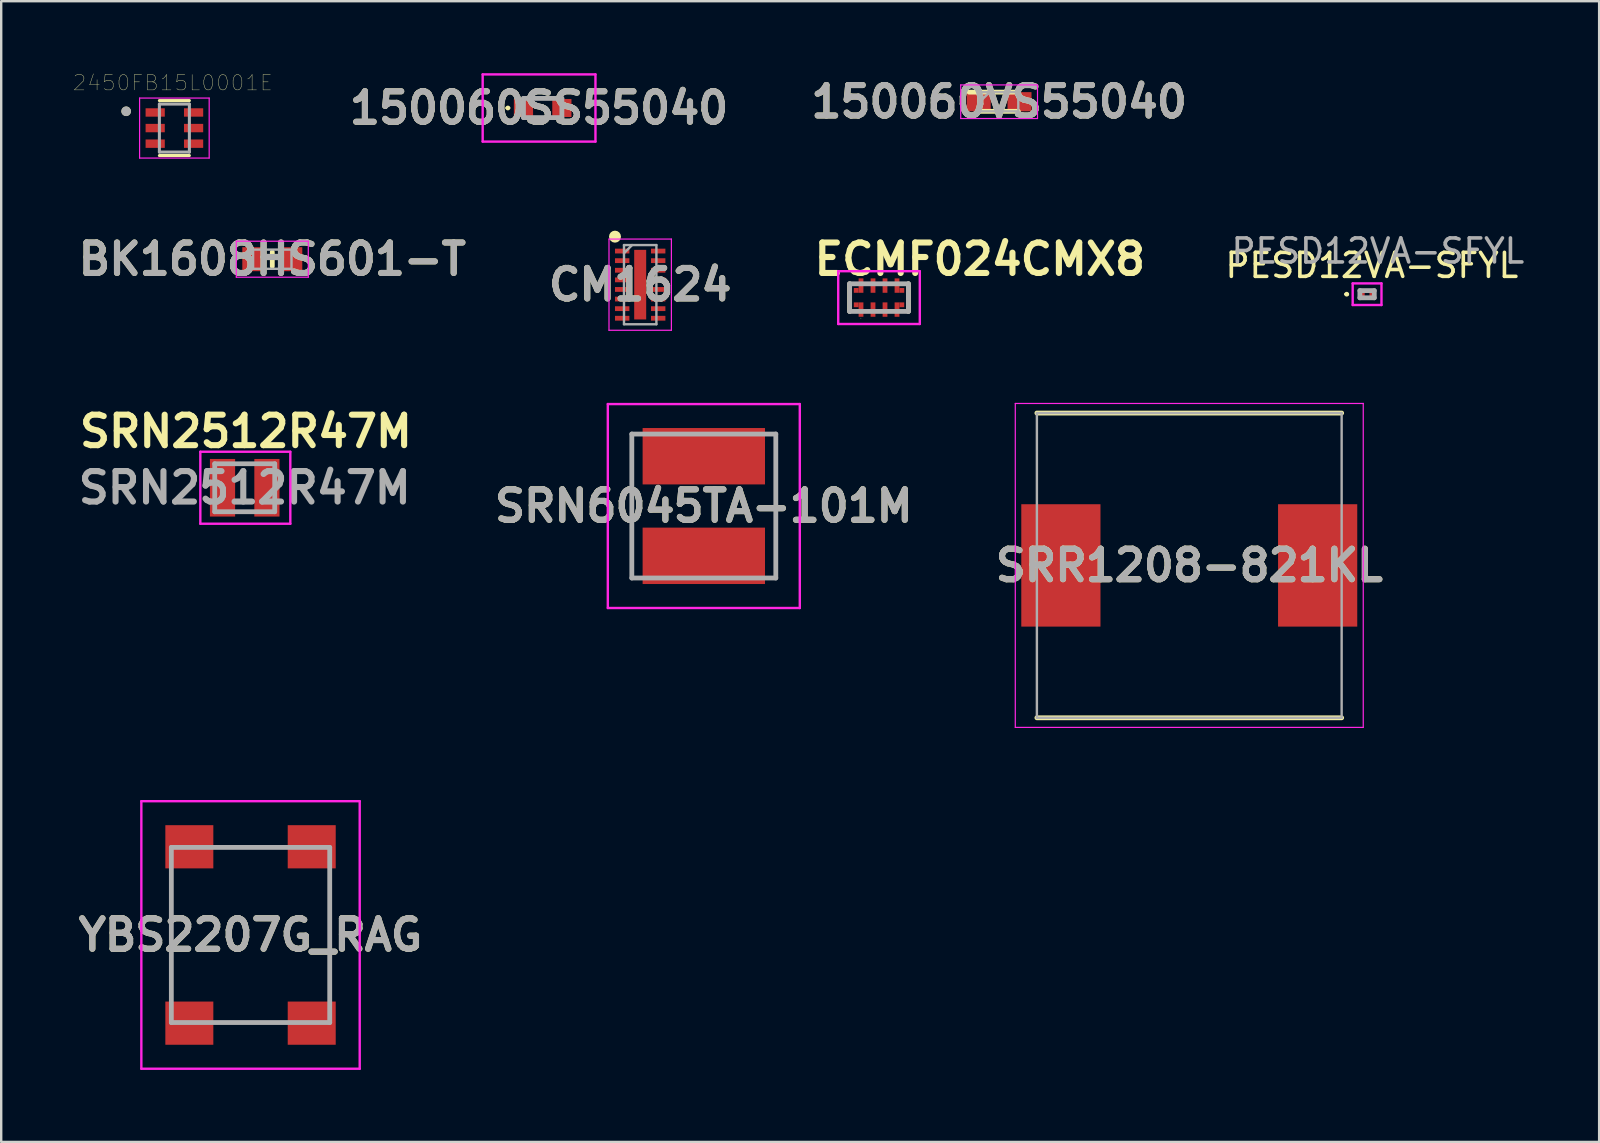
<source format=kicad_pcb>
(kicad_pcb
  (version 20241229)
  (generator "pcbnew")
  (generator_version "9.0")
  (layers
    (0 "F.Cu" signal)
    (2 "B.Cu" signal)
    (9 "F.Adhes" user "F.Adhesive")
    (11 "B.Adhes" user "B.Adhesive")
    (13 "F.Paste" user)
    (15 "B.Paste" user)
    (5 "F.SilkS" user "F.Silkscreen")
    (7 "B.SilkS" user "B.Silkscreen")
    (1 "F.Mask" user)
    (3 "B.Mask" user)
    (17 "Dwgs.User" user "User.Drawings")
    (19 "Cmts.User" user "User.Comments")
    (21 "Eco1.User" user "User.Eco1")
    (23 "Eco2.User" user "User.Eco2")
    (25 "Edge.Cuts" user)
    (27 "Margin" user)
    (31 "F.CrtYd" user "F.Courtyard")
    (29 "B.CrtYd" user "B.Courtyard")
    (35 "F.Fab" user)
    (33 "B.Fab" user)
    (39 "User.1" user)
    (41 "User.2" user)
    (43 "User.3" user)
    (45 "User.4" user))
  (footprint "BK1608HS601-T"
    (layer "F.Cu")
    (at 8.297 7.751)
    (property "Reference" "BK1608HS601-T" (at 0 0 0) (layer "F.SilkS") (effects (font (size 1.27 1.27) (thickness 0.254))))
    (attr smd)
    (fp_line (start 0 -0.3) (end 0 0.3) (stroke (width 0.2) (type solid)) (layer "F.SilkS"))
    (fp_line (start -1.5 -0.75) (end 1.5 -0.75) (stroke (width 0.05) (type solid)) (layer "F.CrtYd"))
    (fp_line (start -1.5 0.75) (end -1.5 -0.75) (stroke (width 0.05) (type solid)) (layer "F.CrtYd"))
    (fp_line (start 1.5 -0.75) (end 1.5 0.75) (stroke (width 0.05) (type solid)) (layer "F.CrtYd"))
    (fp_line (start 1.5 0.75) (end -1.5 0.75) (stroke (width 0.05) (type solid)) (layer "F.CrtYd"))
    (fp_line (start -0.8 -0.4) (end 0.8 -0.4) (stroke (width 0.1) (type solid)) (layer "F.Fab"))
    (fp_line (start -0.8 0.4) (end -0.8 -0.4) (stroke (width 0.1) (type solid)) (layer "F.Fab"))
    (fp_line (start 0.8 -0.4) (end 0.8 0.4) (stroke (width 0.1) (type solid)) (layer "F.Fab"))
    (fp_line (start 0.8 0.4) (end -0.8 0.4) (stroke (width 0.1) (type solid)) (layer "F.Fab"))
    (fp_text user "${REFERENCE}" (at 0 0 0) (layer "F.Fab") (effects (font (size 1.27 1.27) (thickness 0.254))))
    (pad "1" smd rect (at -0.8 0) (size 0.9 1) (layers "F.Cu" "F.Mask" "F.Paste"))
    (pad "2" smd rect (at 0.8 0) (size 0.9 1) (layers "F.Cu" "F.Mask" "F.Paste")))
  (footprint "150060VS55040"
    (layer "F.Cu")
    (at 38.585 1.189)
    (property "Reference" "150060VS55040" (at 0 0 0) (layer "F.SilkS") (effects (font (size 1.27 1.27) (thickness 0.254))))
    (attr smd)
    (fp_line (start -0.8 0.4) (end 0.8 0.4) (stroke (width 0.2) (type solid)) (layer "F.SilkS"))
    (fp_line (start 0.8 -0.4) (end -1.25 -0.4) (stroke (width 0.2) (type solid)) (layer "F.SilkS"))
    (fp_line (start -1.6 -0.7) (end 1.6 -0.7) (stroke (width 0.05) (type solid)) (layer "F.CrtYd"))
    (fp_line (start -1.6 0.7) (end -1.6 -0.7) (stroke (width 0.05) (type solid)) (layer "F.CrtYd"))
    (fp_line (start 1.6 -0.7) (end 1.6 0.7) (stroke (width 0.05) (type solid)) (layer "F.CrtYd"))
    (fp_line (start 1.6 0.7) (end -1.6 0.7) (stroke (width 0.05) (type solid)) (layer "F.CrtYd"))
    (fp_line (start -0.8 -0.4) (end 0.8 -0.4) (stroke (width 0.1) (type solid)) (layer "F.Fab"))
    (fp_line (start -0.8 0) (end -0.4 -0.4) (stroke (width 0.1) (type solid)) (layer "F.Fab"))
    (fp_line (start -0.8 0.4) (end -0.8 -0.4) (stroke (width 0.1) (type solid)) (layer "F.Fab"))
    (fp_line (start 0.8 -0.4) (end 0.8 0.4) (stroke (width 0.1) (type solid)) (layer "F.Fab"))
    (fp_line (start 0.8 0.4) (end -0.8 0.4) (stroke (width 0.1) (type solid)) (layer "F.Fab"))
    (fp_text user "${REFERENCE}" (at 0 0 0) (layer "F.Fab") (effects (font (size 1.27 1.27) (thickness 0.254))))
    (pad "1" smd rect (at -0.85 0 90) (size 0.8 1) (layers "F.Cu" "F.Mask" "F.Paste"))
    (pad "2" smd rect (at 0.85 0 90) (size 0.8 1) (layers "F.Cu" "F.Mask" "F.Paste")))
  (footprint "SRR1208-821KL"
    (layer "F.Cu")
    (at 46.509 20.512)
    (property "Reference" "SRR1208-821KL" (at 0 0 0) (layer "F.SilkS") (effects (font (size 1.27 1.27) (thickness 0.254))))
    (attr smd)
    (fp_line (start -6.35 6.35) (end 6.35 6.35) (stroke (width 0.2) (type solid)) (layer "F.SilkS"))
    (fp_line (start 6.35 -6.35) (end -6.35 -6.35) (stroke (width 0.2) (type solid)) (layer "F.SilkS"))
    (fp_line (start -7.25 -6.75) (end 7.25 -6.75) (stroke (width 0.05) (type solid)) (layer "F.CrtYd"))
    (fp_line (start -7.25 6.75) (end -7.25 -6.75) (stroke (width 0.05) (type solid)) (layer "F.CrtYd"))
    (fp_line (start 7.25 -6.75) (end 7.25 6.75) (stroke (width 0.05) (type solid)) (layer "F.CrtYd"))
    (fp_line (start 7.25 6.75) (end -7.25 6.75) (stroke (width 0.05) (type solid)) (layer "F.CrtYd"))
    (fp_line (start -6.35 -6.35) (end 6.35 -6.35) (stroke (width 0.1) (type solid)) (layer "F.Fab"))
    (fp_line (start -6.35 6.35) (end -6.35 -6.35) (stroke (width 0.1) (type solid)) (layer "F.Fab"))
    (fp_line (start 6.35 -6.35) (end 6.35 6.35) (stroke (width 0.1) (type solid)) (layer "F.Fab"))
    (fp_line (start 6.35 6.35) (end -6.35 6.35) (stroke (width 0.1) (type solid)) (layer "F.Fab"))
    (fp_text user "${REFERENCE}" (at 0 0 0) (layer "F.Fab") (effects (font (size 1.27 1.27) (thickness 0.254))))
    (pad "1" smd rect (at -5.35 0) (size 3.3 5.1) (layers "F.Cu" "F.Mask" "F.Paste"))
    (pad "2" smd rect (at 5.35 0) (size 3.3 5.1) (layers "F.Cu" "F.Mask" "F.Paste")))
  (footprint "150060SS55040"
    (layer "F.Cu")
    (at 19.564 1.45)
    (property "Reference" "150060SS55040" (at -0.15 0 0) (layer "F.SilkS") (effects (font (size 1.27 1.27) (thickness 0.254))))
    (attr smd)
    (fp_line (start -1.5 0) (end -1.5 0) (stroke (width 0.1) (type solid)) (layer "F.SilkS"))
    (fp_line (start -1.4 0) (end -1.4 0) (stroke (width 0.1) (type solid)) (layer "F.SilkS"))
    (fp_line (start -0.2 -0.4) (end 0.2 -0.4) (stroke (width 0.1) (type solid)) (layer "F.SilkS"))
    (fp_line (start -0.2 0.4) (end 0.2 0.4) (stroke (width 0.1) (type solid)) (layer "F.SilkS"))
    (fp_arc (start -1.5 0) (mid -1.45 -0.05) (end -1.4 0) (stroke (width 0.1) (type solid)) (layer "F.SilkS"))
    (fp_arc (start -1.4 0) (mid -1.45 0.05) (end -1.5 0) (stroke (width 0.1) (type solid)) (layer "F.SilkS"))
    (fp_line (start -2.5 -1.4) (end 2.2 -1.4) (stroke (width 0.1) (type solid)) (layer "F.CrtYd"))
    (fp_line (start -2.5 1.4) (end -2.5 -1.4) (stroke (width 0.1) (type solid)) (layer "F.CrtYd"))
    (fp_line (start 2.2 -1.4) (end 2.2 1.4) (stroke (width 0.1) (type solid)) (layer "F.CrtYd"))
    (fp_line (start 2.2 1.4) (end -2.5 1.4) (stroke (width 0.1) (type solid)) (layer "F.CrtYd"))
    (fp_line (start -0.8 -0.4) (end 0.8 -0.4) (stroke (width 0.2) (type solid)) (layer "F.Fab"))
    (fp_line (start -0.8 0.4) (end -0.8 -0.4) (stroke (width 0.2) (type solid)) (layer "F.Fab"))
    (fp_line (start 0.8 -0.4) (end 0.8 0.4) (stroke (width 0.2) (type solid)) (layer "F.Fab"))
    (fp_line (start 0.8 0.4) (end -0.8 0.4) (stroke (width 0.2) (type solid)) (layer "F.Fab"))
    (fp_text user "${REFERENCE}" (at -0.15 0 0) (layer "F.Fab") (effects (font (size 1.27 1.27) (thickness 0.254))))
    (pad "1" smd rect (at -0.8 0 90) (size 0.75 0.8) (layers "F.Cu" "F.Mask" "F.Paste"))
    (pad "2" smd rect (at 0.8 0 90) (size 0.75 0.8) (layers "F.Cu" "F.Mask" "F.Paste")))
  (footprint "PESD12VA-SFYL"
    (layer "F.Cu")
    (at 53.919 9.21)
    (property "Reference" "PESD12VA-SFYL" (at 0.2 -1.2 0) (layer "F.SilkS") (effects (font (size 1 1) (thickness 0.15))))
    (attr smd)
    (fp_line (start -0.9 0) (end -0.9 0) (stroke (width 0.1) (type solid)) (layer "F.SilkS"))
    (fp_line (start -0.8 0) (end -0.8 0) (stroke (width 0.1) (type solid)) (layer "F.SilkS"))
    (fp_arc (start -0.9 0) (mid -0.85 -0.05) (end -0.8 0) (stroke (width 0.1) (type solid)) (layer "F.SilkS"))
    (fp_arc (start -0.8 0) (mid -0.85 0.05) (end -0.9 0) (stroke (width 0.1) (type solid)) (layer "F.SilkS"))
    (fp_line (start -0.6 -0.45) (end 0.6 -0.45) (stroke (width 0.1) (type solid)) (layer "F.CrtYd"))
    (fp_line (start -0.6 0.45) (end -0.6 -0.45) (stroke (width 0.1) (type solid)) (layer "F.CrtYd"))
    (fp_line (start 0.6 -0.45) (end 0.6 0.45) (stroke (width 0.1) (type solid)) (layer "F.CrtYd"))
    (fp_line (start 0.6 0.45) (end -0.6 0.45) (stroke (width 0.1) (type solid)) (layer "F.CrtYd"))
    (fp_line (start -0.3 -0.15) (end 0.3 -0.15) (stroke (width 0.2) (type solid)) (layer "F.Fab"))
    (fp_line (start -0.3 0.15) (end -0.3 -0.15) (stroke (width 0.2) (type solid)) (layer "F.Fab"))
    (fp_line (start 0.3 -0.15) (end 0.3 0.15) (stroke (width 0.2) (type solid)) (layer "F.Fab"))
    (fp_line (start 0.3 0.15) (end -0.3 0.15) (stroke (width 0.2) (type solid)) (layer "F.Fab"))
    (fp_text user "${REFERENCE}" (at 0.45 -1.8 0) (layer "F.Fab") (effects (font (size 1 1) (thickness 0.15))))
    (pad "1" smd rect (at -0.2 0) (size 0.2 0.28) (layers "F.Cu" "F.Mask" "F.Paste"))
    (pad "2" smd rect (at 0.2 0) (size 0.2 0.28) (layers "F.Cu" "F.Mask" "F.Paste")))
  (footprint "CM1624"
    (layer "F.Cu")
    (at 23.628 8.812)
    (property "Reference" "CM1624" (at 0 0 0) (layer "F.SilkS") (effects (font (size 1.27 1.27) (thickness 0.254))))
    (attr smd)
    (fp_circle (center -1.05 -2) (end -1.05 -1.875) (stroke (width 0.25) (type solid)) (fill no) (layer "F.SilkS"))
    (fp_line (start -1.3 -1.9) (end 1.3 -1.9) (stroke (width 0.05) (type solid)) (layer "F.CrtYd"))
    (fp_line (start -1.3 1.9) (end -1.3 -1.9) (stroke (width 0.05) (type solid)) (layer "F.CrtYd"))
    (fp_line (start 1.3 -1.9) (end 1.3 1.9) (stroke (width 0.05) (type solid)) (layer "F.CrtYd"))
    (fp_line (start 1.3 1.9) (end -1.3 1.9) (stroke (width 0.05) (type solid)) (layer "F.CrtYd"))
    (fp_line (start -0.675 -1.65) (end 0.675 -1.65) (stroke (width 0.1) (type solid)) (layer "F.Fab"))
    (fp_line (start -0.675 -1.312) (end -0.338 -1.65) (stroke (width 0.1) (type solid)) (layer "F.Fab"))
    (fp_line (start -0.675 1.65) (end -0.675 -1.65) (stroke (width 0.1) (type solid)) (layer "F.Fab"))
    (fp_line (start 0.675 -1.65) (end 0.675 1.65) (stroke (width 0.1) (type solid)) (layer "F.Fab"))
    (fp_line (start 0.675 1.65) (end -0.675 1.65) (stroke (width 0.1) (type solid)) (layer "F.Fab"))
    (fp_text user "${REFERENCE}" (at 0 0 0) (layer "F.Fab") (effects (font (size 1.27 1.27) (thickness 0.254))))
    (pad "1" smd rect (at -0.75 -1.4 90) (size 0.2 0.6) (layers "F.Cu" "F.Mask" "F.Paste"))
    (pad "2" smd rect (at -0.75 -1 90) (size 0.2 0.6) (layers "F.Cu" "F.Mask" "F.Paste"))
    (pad "3" smd rect (at -0.75 -0.6 90) (size 0.2 0.6) (layers "F.Cu" "F.Mask" "F.Paste"))
    (pad "4" smd rect (at -0.75 -0.2 90) (size 0.2 0.6) (layers "F.Cu" "F.Mask" "F.Paste"))
    (pad "5" smd rect (at -0.75 0.2 90) (size 0.2 0.6) (layers "F.Cu" "F.Mask" "F.Paste"))
    (pad "6" smd rect (at -0.75 0.6 90) (size 0.2 0.6) (layers "F.Cu" "F.Mask" "F.Paste"))
    (pad "7" smd rect (at -0.75 1 90) (size 0.2 0.6) (layers "F.Cu" "F.Mask" "F.Paste"))
    (pad "8" smd rect (at -0.75 1.4 90) (size 0.2 0.6) (layers "F.Cu" "F.Mask" "F.Paste"))
    (pad "9" smd rect (at 0.75 1.4 90) (size 0.2 0.6) (layers "F.Cu" "F.Mask" "F.Paste"))
    (pad "10" smd rect (at 0.75 1 90) (size 0.2 0.6) (layers "F.Cu" "F.Mask" "F.Paste"))
    (pad "11" smd rect (at 0.75 0.6 90) (size 0.2 0.6) (layers "F.Cu" "F.Mask" "F.Paste"))
    (pad "12" smd rect (at 0.75 0.2 90) (size 0.2 0.6) (layers "F.Cu" "F.Mask" "F.Paste"))
    (pad "13" smd rect (at 0.75 -0.2 90) (size 0.2 0.6) (layers "F.Cu" "F.Mask" "F.Paste"))
    (pad "14" smd rect (at 0.75 -0.6 90) (size 0.2 0.6) (layers "F.Cu" "F.Mask" "F.Paste"))
    (pad "15" smd rect (at 0.75 -1 90) (size 0.2 0.6) (layers "F.Cu" "F.Mask" "F.Paste"))
    (pad "16" smd rect (at 0.75 -1.4 90) (size 0.2 0.6) (layers "F.Cu" "F.Mask" "F.Paste"))
    (pad "17" smd rect (at 0 0) (size 0.5 2.9) (layers "F.Cu" "F.Mask" "F.Paste")))
  (footprint "2450FB15L0001E"
    (layer "F.Cu")
    (at 4.217 2.287)
    (property "Reference" "2450FB15L0001E" (at -0.068 -1.886 0) (layer "F.SilkS") (effects (font (size 0.64 0.64) (thickness 0.015))))
    (attr through_hole)
    (fp_line (start -0.625 1.145) (end 0.625 1.145) (stroke (width 0.127) (type solid)) (layer "F.SilkS"))
    (fp_line (start 0.625 -1.145) (end -0.625 -1.145) (stroke (width 0.127) (type solid)) (layer "F.SilkS"))
    (fp_circle (center -2.01 -0.7) (end -1.91 -0.7) (stroke (width 0.2) (type solid)) (fill no) (layer "F.SilkS"))
    (fp_line (start -1.45 -1.25) (end 1.45 -1.25) (stroke (width 0.05) (type solid)) (layer "F.CrtYd"))
    (fp_line (start -1.45 1.25) (end -1.45 -1.25) (stroke (width 0.05) (type solid)) (layer "F.CrtYd"))
    (fp_line (start 1.45 -1.25) (end 1.45 1.25) (stroke (width 0.05) (type solid)) (layer "F.CrtYd"))
    (fp_line (start 1.45 1.25) (end -1.45 1.25) (stroke (width 0.05) (type solid)) (layer "F.CrtYd"))
    (fp_line (start -0.625 -1) (end -0.625 1) (stroke (width 0.127) (type solid)) (layer "F.Fab"))
    (fp_line (start -0.625 1) (end 0.625 1) (stroke (width 0.127) (type solid)) (layer "F.Fab"))
    (fp_line (start 0.625 -1) (end -0.625 -1) (stroke (width 0.127) (type solid)) (layer "F.Fab"))
    (fp_line (start 0.625 1) (end 0.625 -1) (stroke (width 0.127) (type solid)) (layer "F.Fab"))
    (fp_circle (center -2.01 -0.7) (end -1.91 -0.7) (stroke (width 0.2) (type solid)) (fill no) (layer "F.Fab"))
    (pad "1" smd rect (at -0.8 -0.65) (size 0.8 0.35) (layers "F.Cu" "F.Mask" "F.Paste"))
    (pad "2" smd rect (at -0.8 0) (size 0.8 0.35) (layers "F.Cu" "F.Mask" "F.Paste"))
    (pad "3" smd rect (at -0.8 0.65) (size 0.8 0.35) (layers "F.Cu" "F.Mask" "F.Paste"))
    (pad "4" smd rect (at 0.8 0.65) (size 0.8 0.35) (layers "F.Cu" "F.Mask" "F.Paste"))
    (pad "5" smd rect (at 0.8 0) (size 0.8 0.35) (layers "F.Cu" "F.Mask" "F.Paste"))
    (pad "6" smd rect (at 0.8 -0.65) (size 0.8 0.35) (layers "F.Cu" "F.Mask" "F.Paste")))
  (footprint "SRN2512R47M"
    (layer "F.Cu")
    (at 7.148 17.276)
    (property "Reference" "SRN2512R47M" (at 0.05 -2.35 0) (layer "F.SilkS") (effects (font (size 1.27 1.27) (thickness 0.254))))
    (attr smd)
    (fp_line (start -0.1 -1) (end 0.2 -1) (stroke (width 0.1) (type solid)) (layer "F.SilkS"))
    (fp_line (start -0.1 1) (end 0.2 1) (stroke (width 0.1) (type solid)) (layer "F.SilkS"))
    (fp_line (start -1.85 -1.5) (end 1.9 -1.5) (stroke (width 0.1) (type solid)) (layer "F.CrtYd"))
    (fp_line (start -1.85 1.5) (end -1.85 -1.5) (stroke (width 0.1) (type solid)) (layer "F.CrtYd"))
    (fp_line (start 1.9 -1.5) (end 1.9 1.5) (stroke (width 0.1) (type solid)) (layer "F.CrtYd"))
    (fp_line (start 1.9 1.5) (end -1.85 1.5) (stroke (width 0.1) (type solid)) (layer "F.CrtYd"))
    (fp_line (start -1.25 -1) (end 1.25 -1) (stroke (width 0.2) (type solid)) (layer "F.Fab"))
    (fp_line (start -1.25 1) (end -1.25 -1) (stroke (width 0.2) (type solid)) (layer "F.Fab"))
    (fp_line (start 1.25 -1) (end 1.25 1) (stroke (width 0.2) (type solid)) (layer "F.Fab"))
    (fp_line (start 1.25 1) (end -1.25 1) (stroke (width 0.2) (type solid)) (layer "F.Fab"))
    (fp_text user "${REFERENCE}" (at 0 0 0) (layer "F.Fab") (effects (font (size 1.27 1.27) (thickness 0.254))))
    (pad "1" smd rect (at -0.925 0) (size 1.05 2.4) (layers "F.Cu" "F.Mask" "F.Paste"))
    (pad "2" smd rect (at 0.925 0) (size 1.05 2.4) (layers "F.Cu" "F.Mask" "F.Paste")))
  (footprint "SRN6045TA-101M"
    (layer "F.Cu")
    (at 26.279 18.037)
    (property "Reference" "SRN6045TA-101M" (at 0 0 0) (layer "F.SilkS") (effects (font (size 1.27 1.27) (thickness 0.254))))
    (attr smd)
    (fp_line (start -3 -3) (end -3 3) (stroke (width 0.1) (type solid)) (layer "F.SilkS"))
    (fp_line (start 3 -3) (end 3 3) (stroke (width 0.1) (type solid)) (layer "F.SilkS"))
    (fp_line (start -4 -4.25) (end 4 -4.25) (stroke (width 0.1) (type solid)) (layer "F.CrtYd"))
    (fp_line (start -4 4.25) (end -4 -4.25) (stroke (width 0.1) (type solid)) (layer "F.CrtYd"))
    (fp_line (start 4 -4.25) (end 4 4.25) (stroke (width 0.1) (type solid)) (layer "F.CrtYd"))
    (fp_line (start 4 4.25) (end -4 4.25) (stroke (width 0.1) (type solid)) (layer "F.CrtYd"))
    (fp_line (start -3 -3) (end 3 -3) (stroke (width 0.2) (type solid)) (layer "F.Fab"))
    (fp_line (start -3 3) (end -3 -3) (stroke (width 0.2) (type solid)) (layer "F.Fab"))
    (fp_line (start 3 -3) (end 3 3) (stroke (width 0.2) (type solid)) (layer "F.Fab"))
    (fp_line (start 3 3) (end -3 3) (stroke (width 0.2) (type solid)) (layer "F.Fab"))
    (fp_text user "${REFERENCE}" (at 0 0 0) (layer "F.Fab") (effects (font (size 1.27 1.27) (thickness 0.254))))
    (pad "1" smd rect (at 0 -2.075 90) (size 2.35 5.1) (layers "F.Cu" "F.Mask" "F.Paste"))
    (pad "2" smd rect (at 0 2.075 90) (size 2.35 5.1) (layers "F.Cu" "F.Mask" "F.Paste")))
  (footprint "ECMF024CMX8"
    (layer "F.Cu")
    (at 33.58 9.351)
    (property "Reference" "ECMF024CMX8" (at 4.2 -1.6 0) (layer "F.SilkS") (effects (font (size 1.27 1.27) (thickness 0.254))))
    (attr smd)
    (fp_line (start -1.225 -0.575) (end -1.225 0.575) (stroke (width 0.2) (type solid)) (layer "F.SilkS"))
    (fp_line (start -0.76 0.855) (end -0.76 0.855) (stroke (width 0.01) (type solid)) (layer "F.SilkS"))
    (fp_line (start -0.75 0.855) (end -0.75 0.855) (stroke (width 0.01) (type solid)) (layer "F.SilkS"))
    (fp_line (start 1.225 -0.575) (end 1.225 0.575) (stroke (width 0.2) (type solid)) (layer "F.SilkS"))
    (fp_arc (start -0.76 0.855) (mid -0.755 0.85) (end -0.75 0.855) (stroke (width 0.0102) (type solid)) (layer "F.SilkS"))
    (fp_arc (start -0.75 0.855) (mid -0.755 0.86) (end -0.76 0.855) (stroke (width 0.0102) (type solid)) (layer "F.SilkS"))
    (fp_line (start -1.7 -1.1) (end 1.7 -1.1) (stroke (width 0.1) (type solid)) (layer "F.CrtYd"))
    (fp_line (start -1.7 1.1) (end -1.7 -1.1) (stroke (width 0.1) (type solid)) (layer "F.CrtYd"))
    (fp_line (start 1.7 -1.1) (end 1.7 1.1) (stroke (width 0.1) (type solid)) (layer "F.CrtYd"))
    (fp_line (start 1.7 1.1) (end -1.7 1.1) (stroke (width 0.1) (type solid)) (layer "F.CrtYd"))
    (fp_line (start -1.225 -0.575) (end 1.225 -0.575) (stroke (width 0.2) (type solid)) (layer "F.Fab"))
    (fp_line (start -1.225 0.575) (end -1.225 -0.575) (stroke (width 0.2) (type solid)) (layer "F.Fab"))
    (fp_line (start 1.225 -0.575) (end 1.225 0.575) (stroke (width 0.2) (type solid)) (layer "F.Fab"))
    (fp_line (start 1.225 0.575) (end -1.225 0.575) (stroke (width 0.2) (type solid)) (layer "F.Fab"))
    (pad "1" smd rect (at -0.95 0.3 90) (size 0.2 0.2) (layers "F.Cu" "F.Mask" "F.Paste"))
    (pad "1" smd rect (at -0.75 0.5) (size 0.2 0.6) (layers "F.Cu" "F.Mask" "F.Paste"))
    (pad "2" smd rect (at -0.25 0.5) (size 0.2 0.6) (layers "F.Cu" "F.Mask" "F.Paste"))
    (pad "3" smd rect (at 0.25 0.5) (size 0.2 0.6) (layers "F.Cu" "F.Mask" "F.Paste"))
    (pad "4" smd rect (at 0.75 0.5) (size 0.2 0.6) (layers "F.Cu" "F.Mask" "F.Paste"))
    (pad "4" smd rect (at 0.95 0.3 90) (size 0.2 0.2) (layers "F.Cu" "F.Mask" "F.Paste"))
    (pad "5" smd rect (at 0.75 -0.5) (size 0.2 0.6) (layers "F.Cu" "F.Mask" "F.Paste"))
    (pad "5" smd rect (at 0.95 -0.3 90) (size 0.2 0.2) (layers "F.Cu" "F.Mask" "F.Paste"))
    (pad "6" smd rect (at 0.25 -0.5) (size 0.2 0.6) (layers "F.Cu" "F.Mask" "F.Paste"))
    (pad "7" smd rect (at -0.25 -0.5) (size 0.2 0.6) (layers "F.Cu" "F.Mask" "F.Paste"))
    (pad "8" smd rect (at -0.95 -0.3 90) (size 0.2 0.2) (layers "F.Cu" "F.Mask" "F.Paste"))
    (pad "8" smd rect (at -0.75 -0.5) (size 0.2 0.6) (layers "F.Cu" "F.Mask" "F.Paste")))
  (footprint "YBS2207G_RAG"
    (layer "F.Cu")
    (at 7.39 35.912)
    (property "Reference" "YBS2207G_RAG" (at 0 0 0) (layer "F.SilkS") (effects (font (size 1.27 1.27) (thickness 0.254))))
    (attr smd)
    (fp_line (start -3.3 -2) (end -3.3 2) (stroke (width 0.1) (type solid)) (layer "F.SilkS"))
    (fp_line (start -1 -3.65) (end 1 -3.675) (stroke (width 0.1) (type solid)) (layer "F.SilkS"))
    (fp_line (start -1 3.65) (end 1 3.65) (stroke (width 0.1) (type solid)) (layer "F.SilkS"))
    (fp_line (start 3.3 -2) (end 3.3 2.5) (stroke (width 0.1) (type solid)) (layer "F.SilkS"))
    (fp_line (start -4.55 -5.575) (end 4.55 -5.575) (stroke (width 0.1) (type solid)) (layer "F.CrtYd"))
    (fp_line (start -4.55 5.575) (end -4.55 -5.575) (stroke (width 0.1) (type solid)) (layer "F.CrtYd"))
    (fp_line (start 4.55 -5.575) (end 4.55 5.575) (stroke (width 0.1) (type solid)) (layer "F.CrtYd"))
    (fp_line (start 4.55 5.575) (end -4.55 5.575) (stroke (width 0.1) (type solid)) (layer "F.CrtYd"))
    (fp_line (start -3.3 -3.65) (end 3.3 -3.65) (stroke (width 0.2) (type solid)) (layer "F.Fab"))
    (fp_line (start -3.3 3.65) (end -3.3 -3.65) (stroke (width 0.2) (type solid)) (layer "F.Fab"))
    (fp_line (start 3.3 -3.65) (end 3.3 3.65) (stroke (width 0.2) (type solid)) (layer "F.Fab"))
    (fp_line (start 3.3 3.65) (end -3.3 3.65) (stroke (width 0.2) (type solid)) (layer "F.Fab"))
    (fp_text user "${REFERENCE}" (at 0 0 0) (layer "F.Fab") (effects (font (size 1.27 1.27) (thickness 0.254))))
    (pad "1" smd rect (at -2.55 3.675 90) (size 1.8 2) (layers "F.Cu" "F.Mask" "F.Paste"))
    (pad "2" smd rect (at 2.55 3.675 90) (size 1.8 2) (layers "F.Cu" "F.Mask" "F.Paste"))
    (pad "3" smd rect (at 2.55 -3.675 90) (size 1.8 2) (layers "F.Cu" "F.Mask" "F.Paste"))
    (pad "4" smd rect (at -2.55 -3.675 90) (size 1.8 2) (layers "F.Cu" "F.Mask" "F.Paste")))
  (gr_rect
    (start -3 -3)
    (end 63.589 44.537)
    (stroke (width 0.1) (type default))
    (fill no)
    (layer "Edge.Cuts")))
</source>
